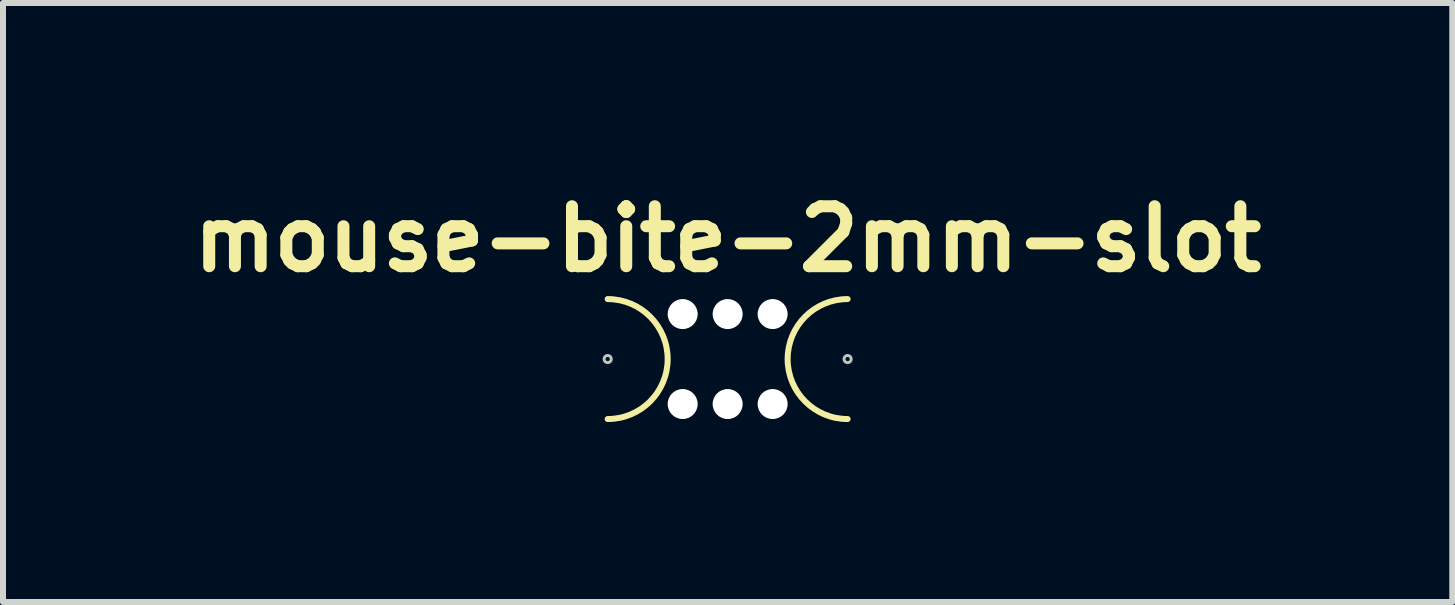
<source format=kicad_pcb>
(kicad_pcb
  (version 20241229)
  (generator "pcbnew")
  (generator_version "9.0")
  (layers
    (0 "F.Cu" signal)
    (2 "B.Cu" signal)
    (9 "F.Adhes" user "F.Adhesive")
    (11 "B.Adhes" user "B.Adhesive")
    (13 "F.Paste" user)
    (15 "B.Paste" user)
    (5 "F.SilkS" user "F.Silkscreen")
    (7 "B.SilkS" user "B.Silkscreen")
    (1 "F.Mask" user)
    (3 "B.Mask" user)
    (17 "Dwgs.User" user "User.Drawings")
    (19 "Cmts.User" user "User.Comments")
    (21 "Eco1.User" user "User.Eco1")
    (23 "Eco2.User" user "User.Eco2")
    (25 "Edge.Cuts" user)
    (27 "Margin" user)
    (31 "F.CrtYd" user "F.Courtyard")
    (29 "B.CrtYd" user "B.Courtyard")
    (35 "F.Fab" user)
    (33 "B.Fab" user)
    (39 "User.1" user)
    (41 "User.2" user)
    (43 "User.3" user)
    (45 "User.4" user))
  (footprint "mouse-bite-2mm-slot"
    (layer "F.Cu")
    (at 9.081 2.936)
    (property "Reference" "mouse-bite-2mm-slot" (at 0 -2 0) (layer "F.SilkS") (effects (font (size 1 1) (thickness 0.2))))
    (attr through_hole)
    (fp_arc (start -2 -1) (mid -1 0) (end -2 1) (stroke (width 0.1) (type solid)) (layer "F.SilkS"))
    (fp_arc (start 2 1) (mid 1 0) (end 2 -1) (stroke (width 0.1) (type solid)) (layer "F.SilkS"))
    (fp_circle (center -2 0) (end -2 -0.06) (stroke (width 0.05) (type solid)) (fill no) (layer "Dwgs.User"))
    (fp_circle (center 2 0) (end 2.06 0) (stroke (width 0.05) (type solid)) (fill no) (layer "Dwgs.User"))
    (fp_line (start -2 0) (end -2 0) (stroke (width 2) (type solid)) (layer "Eco1.User"))
    (fp_line (start 2 0) (end 2 0) (stroke (width 2) (type solid)) (layer "Eco1.User"))
    (pad "" np_thru_hole circle (at -0.75 -0.75) (size 0.5 0.5) (drill 0.5) (layers "*.Cu" "*.Mask"))
    (pad "" np_thru_hole circle (at -0.75 0.75) (size 0.5 0.5) (drill 0.5) (layers "*.Cu" "*.Mask"))
    (pad "" np_thru_hole circle (at 0 -0.75) (size 0.5 0.5) (drill 0.5) (layers "*.Cu" "*.Mask"))
    (pad "" np_thru_hole circle (at 0 0.75) (size 0.5 0.5) (drill 0.5) (layers "*.Cu" "*.Mask"))
    (pad "" np_thru_hole circle (at 0.75 -0.75) (size 0.5 0.5) (drill 0.5) (layers "*.Cu" "*.Mask"))
    (pad "" np_thru_hole circle (at 0.75 0.75) (size 0.5 0.5) (drill 0.5) (layers "*.Cu" "*.Mask")))
  (gr_rect
    (start -3 -3)
    (end 21.162 6.986)
    (stroke (width 0.1) (type default))
    (fill no)
    (layer "Edge.Cuts")))
</source>
